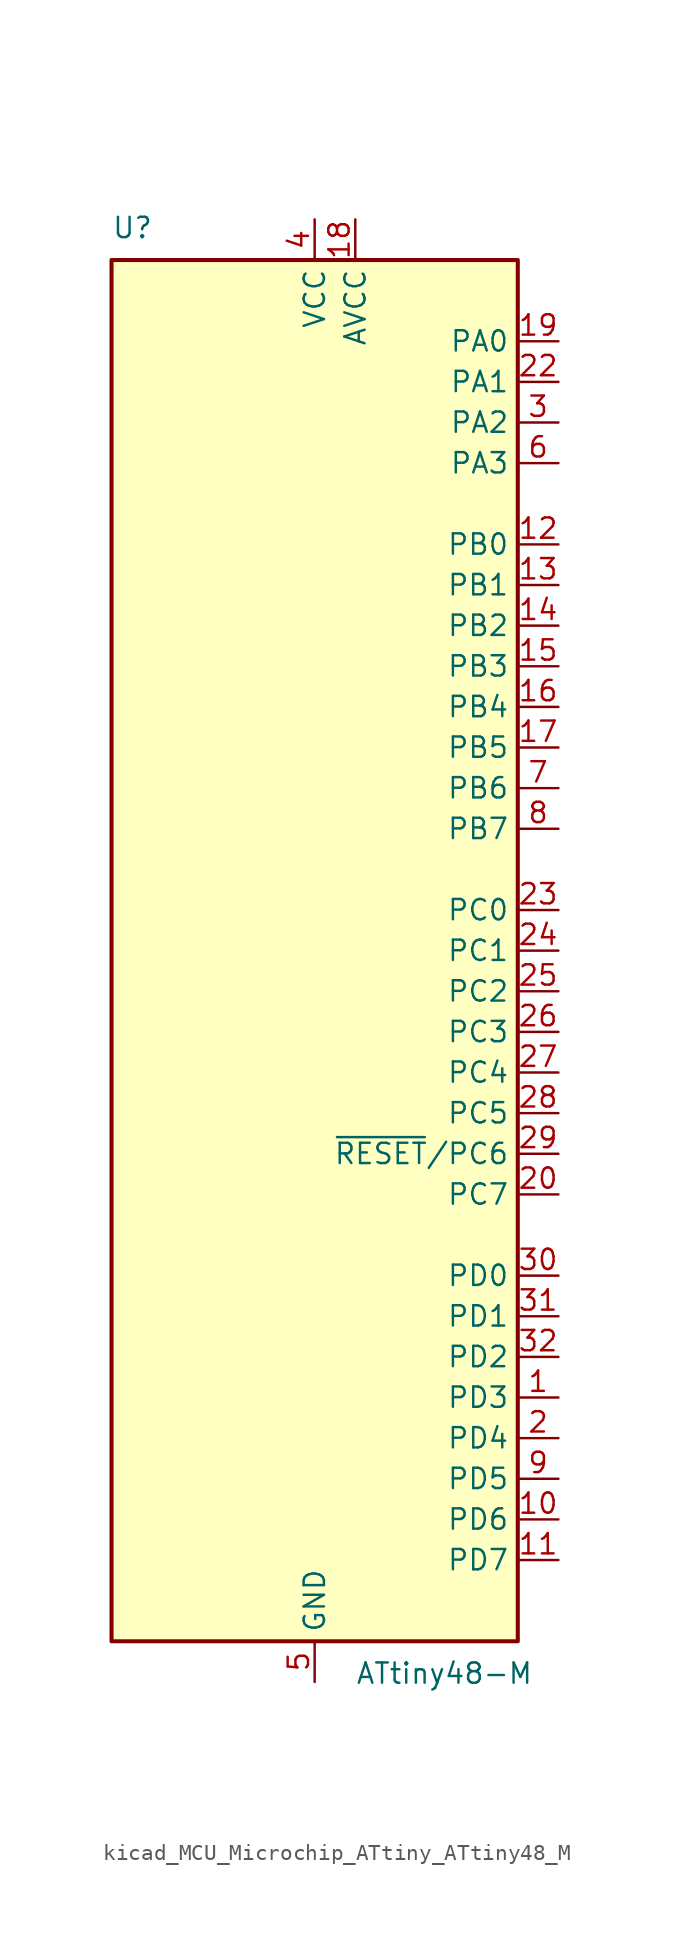
<source format=kicad_sym>
(kicad_symbol_lib
  (version 20220914)
  (generator kicad_symbol_editor)
  (symbol "kicad_MCU_Microchip_ATtiny_ATtiny48_M"
    (property "Reference" "U"
      (at -12.7 44.45 0)
      (effects (font (size 1.27 1.27)) (justify left bottom)))
    (property "Value" "ATtiny48-M"
      (at 2.54 -44.45 0)
      (effects (font (size 1.27 1.27)) (justify left top)))
    (symbol "kicad_MCU_Microchip_ATtiny_ATtiny48_M_0_1"
      (rectangle (start -12.7 -43.18) (end 12.7 43.18) (stroke (width 0.254) (type default)) (fill (type background))))
    (symbol "kicad_MCU_Microchip_ATtiny_ATtiny48_M_1_1"
      (pin bidirectional line (at 15.24 -27.94 180) (length 2.54) (name "PD3" (effects (font (size 1.27 1.27)))) (number "1" (effects (font (size 1.27 1.27)))))
      (pin bidirectional line (at 15.24 -35.56 180) (length 2.54) (name "PD6" (effects (font (size 1.27 1.27)))) (number "10" (effects (font (size 1.27 1.27)))))
      (pin bidirectional line (at 15.24 -38.1 180) (length 2.54) (name "PD7" (effects (font (size 1.27 1.27)))) (number "11" (effects (font (size 1.27 1.27)))))
      (pin bidirectional line (at 15.24 25.4 180) (length 2.54) (name "PB0" (effects (font (size 1.27 1.27)))) (number "12" (effects (font (size 1.27 1.27)))))
      (pin bidirectional line (at 15.24 22.86 180) (length 2.54) (name "PB1" (effects (font (size 1.27 1.27)))) (number "13" (effects (font (size 1.27 1.27)))))
      (pin bidirectional line (at 15.24 20.32 180) (length 2.54) (name "PB2" (effects (font (size 1.27 1.27)))) (number "14" (effects (font (size 1.27 1.27)))))
      (pin bidirectional line (at 15.24 17.78 180) (length 2.54) (name "PB3" (effects (font (size 1.27 1.27)))) (number "15" (effects (font (size 1.27 1.27)))))
      (pin bidirectional line (at 15.24 15.24 180) (length 2.54) (name "PB4" (effects (font (size 1.27 1.27)))) (number "16" (effects (font (size 1.27 1.27)))))
      (pin bidirectional line (at 15.24 12.7 180) (length 2.54) (name "PB5" (effects (font (size 1.27 1.27)))) (number "17" (effects (font (size 1.27 1.27)))))
      (pin power_in line (at 2.54 45.72 270) (length 2.54) (name "AVCC" (effects (font (size 1.27 1.27)))) (number "18" (effects (font (size 1.27 1.27)))))
      (pin bidirectional line (at 15.24 38.1 180) (length 2.54) (name "PA0" (effects (font (size 1.27 1.27)))) (number "19" (effects (font (size 1.27 1.27)))))
      (pin bidirectional line (at 15.24 -30.48 180) (length 2.54) (name "PD4" (effects (font (size 1.27 1.27)))) (number "2" (effects (font (size 1.27 1.27)))))
      (pin bidirectional line (at 15.24 -15.24 180) (length 2.54) (name "PC7" (effects (font (size 1.27 1.27)))) (number "20" (effects (font (size 1.27 1.27)))))
      (pin passive line (at 0 -45.72 90) (length 2.54) hide (name "GND" (effects (font (size 1.27 1.27)))) (number "21" (effects (font (size 1.27 1.27)))))
      (pin bidirectional line (at 15.24 35.56 180) (length 2.54) (name "PA1" (effects (font (size 1.27 1.27)))) (number "22" (effects (font (size 1.27 1.27)))))
      (pin bidirectional line (at 15.24 2.54 180) (length 2.54) (name "PC0" (effects (font (size 1.27 1.27)))) (number "23" (effects (font (size 1.27 1.27)))))
      (pin bidirectional line (at 15.24 0 180) (length 2.54) (name "PC1" (effects (font (size 1.27 1.27)))) (number "24" (effects (font (size 1.27 1.27)))))
      (pin bidirectional line (at 15.24 -2.54 180) (length 2.54) (name "PC2" (effects (font (size 1.27 1.27)))) (number "25" (effects (font (size 1.27 1.27)))))
      (pin bidirectional line (at 15.24 -5.08 180) (length 2.54) (name "PC3" (effects (font (size 1.27 1.27)))) (number "26" (effects (font (size 1.27 1.27)))))
      (pin bidirectional line (at 15.24 -7.62 180) (length 2.54) (name "PC4" (effects (font (size 1.27 1.27)))) (number "27" (effects (font (size 1.27 1.27)))))
      (pin bidirectional line (at 15.24 -10.16 180) (length 2.54) (name "PC5" (effects (font (size 1.27 1.27)))) (number "28" (effects (font (size 1.27 1.27)))))
      (pin bidirectional line (at 15.24 -12.7 180) (length 2.54) (name "~{RESET}/PC6" (effects (font (size 1.27 1.27)))) (number "29" (effects (font (size 1.27 1.27)))))
      (pin bidirectional line (at 15.24 33.02 180) (length 2.54) (name "PA2" (effects (font (size 1.27 1.27)))) (number "3" (effects (font (size 1.27 1.27)))))
      (pin bidirectional line (at 15.24 -20.32 180) (length 2.54) (name "PD0" (effects (font (size 1.27 1.27)))) (number "30" (effects (font (size 1.27 1.27)))))
      (pin bidirectional line (at 15.24 -22.86 180) (length 2.54) (name "PD1" (effects (font (size 1.27 1.27)))) (number "31" (effects (font (size 1.27 1.27)))))
      (pin bidirectional line (at 15.24 -25.4 180) (length 2.54) (name "PD2" (effects (font (size 1.27 1.27)))) (number "32" (effects (font (size 1.27 1.27)))))
      (pin passive line (at 0 -45.72 90) (length 2.54) hide (name "GND" (effects (font (size 1.27 1.27)))) (number "33" (effects (font (size 1.27 1.27)))))
      (pin power_in line (at 0 45.72 270) (length 2.54) (name "VCC" (effects (font (size 1.27 1.27)))) (number "4" (effects (font (size 1.27 1.27)))))
      (pin power_in line (at 0 -45.72 90) (length 2.54) (name "GND" (effects (font (size 1.27 1.27)))) (number "5" (effects (font (size 1.27 1.27)))))
      (pin bidirectional line (at 15.24 30.48 180) (length 2.54) (name "PA3" (effects (font (size 1.27 1.27)))) (number "6" (effects (font (size 1.27 1.27)))))
      (pin bidirectional line (at 15.24 10.16 180) (length 2.54) (name "PB6" (effects (font (size 1.27 1.27)))) (number "7" (effects (font (size 1.27 1.27)))))
      (pin bidirectional line (at 15.24 7.62 180) (length 2.54) (name "PB7" (effects (font (size 1.27 1.27)))) (number "8" (effects (font (size 1.27 1.27)))))
      (pin bidirectional line (at 15.24 -33.02 180) (length 2.54) (name "PD5" (effects (font (size 1.27 1.27)))) (number "9" (effects (font (size 1.27 1.27))))))))
</source>
